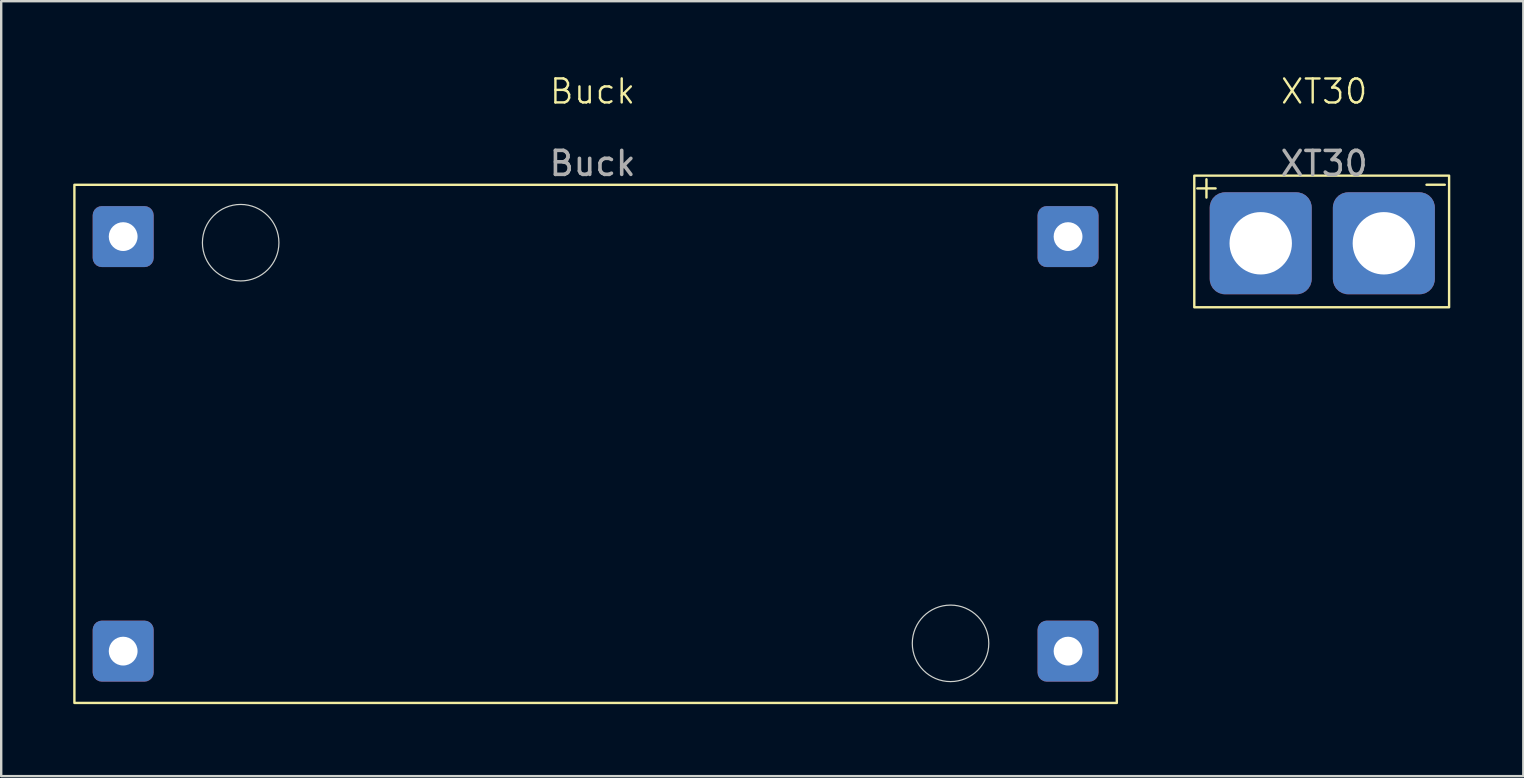
<source format=kicad_pcb>
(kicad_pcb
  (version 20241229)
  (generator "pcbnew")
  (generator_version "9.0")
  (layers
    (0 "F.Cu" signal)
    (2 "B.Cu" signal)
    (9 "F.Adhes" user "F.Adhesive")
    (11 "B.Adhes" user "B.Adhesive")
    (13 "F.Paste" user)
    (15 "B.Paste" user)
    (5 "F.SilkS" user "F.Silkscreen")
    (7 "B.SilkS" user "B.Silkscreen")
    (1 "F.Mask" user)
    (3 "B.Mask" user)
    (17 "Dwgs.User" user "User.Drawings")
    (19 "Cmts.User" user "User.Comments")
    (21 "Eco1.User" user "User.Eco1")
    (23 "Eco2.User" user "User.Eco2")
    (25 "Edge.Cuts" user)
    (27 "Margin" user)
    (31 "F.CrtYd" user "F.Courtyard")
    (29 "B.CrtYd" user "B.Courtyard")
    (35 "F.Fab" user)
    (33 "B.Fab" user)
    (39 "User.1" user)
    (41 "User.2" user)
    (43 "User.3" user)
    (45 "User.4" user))
  (footprint "Buck"
    (layer "F.Cu")
    (at 21.64 15.444)
    (property "Reference" "Buck" (at 0 -14.684 0) (unlocked yes) (layer "F.SilkS") (effects (font (size 1 1) (thickness 0.1))))
    (attr through_hole)
    (fp_rect (start -21.59 -10.795) (end 21.844 10.795) (stroke (width 0.1) (type solid)) (fill no) (layer "F.SilkS"))
    (fp_circle (center -14.662 -8.382) (end -16.228 -8.678) (stroke (width 0.05) (type default)) (fill no) (layer "Edge.Cuts"))
    (fp_circle (center 14.916 8.312) (end 13.392 8.778) (stroke (width 0.05) (type default)) (fill no) (layer "Edge.Cuts"))
    (fp_text user "${REFERENCE}" (at 0 -11.684 0) (unlocked yes) (layer "F.Fab") (effects (font (size 1 1) (thickness 0.15))))
    (pad "1" thru_hole roundrect (at -19.558 -8.636) (size 2.54 2.54) (drill 1.2) (layers "*.Cu" "*.Mask") (roundrect_rratio 0.15))
    (pad "2" thru_hole roundrect (at -19.558 8.636) (size 2.54 2.54) (drill 1.2) (layers "*.Cu" "*.Mask") (roundrect_rratio 0.15))
    (pad "3" thru_hole roundrect (at 19.812 -8.636) (size 2.54 2.54) (drill 1.2) (layers "*.Cu" "*.Mask") (roundrect_rratio 0.15))
    (pad "4" thru_hole roundrect (at 19.812 8.636) (size 2.54 2.54) (drill 1.2) (layers "*.Cu" "*.Mask") (roundrect_rratio 0.15)))
  (footprint "XT30"
    (layer "F.Cu")
    (at 52.122 7.087)
    (property "Reference" "XT30" (at 0 -6.326 0) (unlocked yes) (layer "F.SilkS") (effects (font (size 1 1) (thickness 0.1))))
    (attr through_hole)
    (fp_rect (start -5.41 -2.819) (end 5.207 2.667) (stroke (width 0.1) (type default)) (fill no) (layer "F.SilkS"))
    (fp_text user "-" (at 3.962 -1.93 0) (unlocked yes) (layer "F.SilkS") (effects (font (size 1 1) (thickness 0.1)) (justify left bottom)))
    (fp_text user "+" (at -5.588 -1.778 0) (unlocked yes) (layer "F.SilkS") (effects (font (size 1 1) (thickness 0.1)) (justify left bottom)))
    (fp_text user "${REFERENCE}" (at 0 -3.326 0) (unlocked yes) (layer "F.Fab") (effects (font (size 1 1) (thickness 0.15))))
    (pad "1" thru_hole roundrect (at -2.642 0) (size 4.25 4.25) (drill 2.6) (layers "*.Cu" "*.Mask") (roundrect_rratio 0.15))
    (pad "2" thru_hole roundrect (at 2.489 0) (size 4.25 4.25) (drill 2.6) (layers "*.Cu" "*.Mask") (roundrect_rratio 0.15)))
  (gr_rect
    (start -3 -3)
    (end 60.422 29.29)
    (stroke (width 0.1) (type default))
    (fill no)
    (layer "Edge.Cuts")))
</source>
